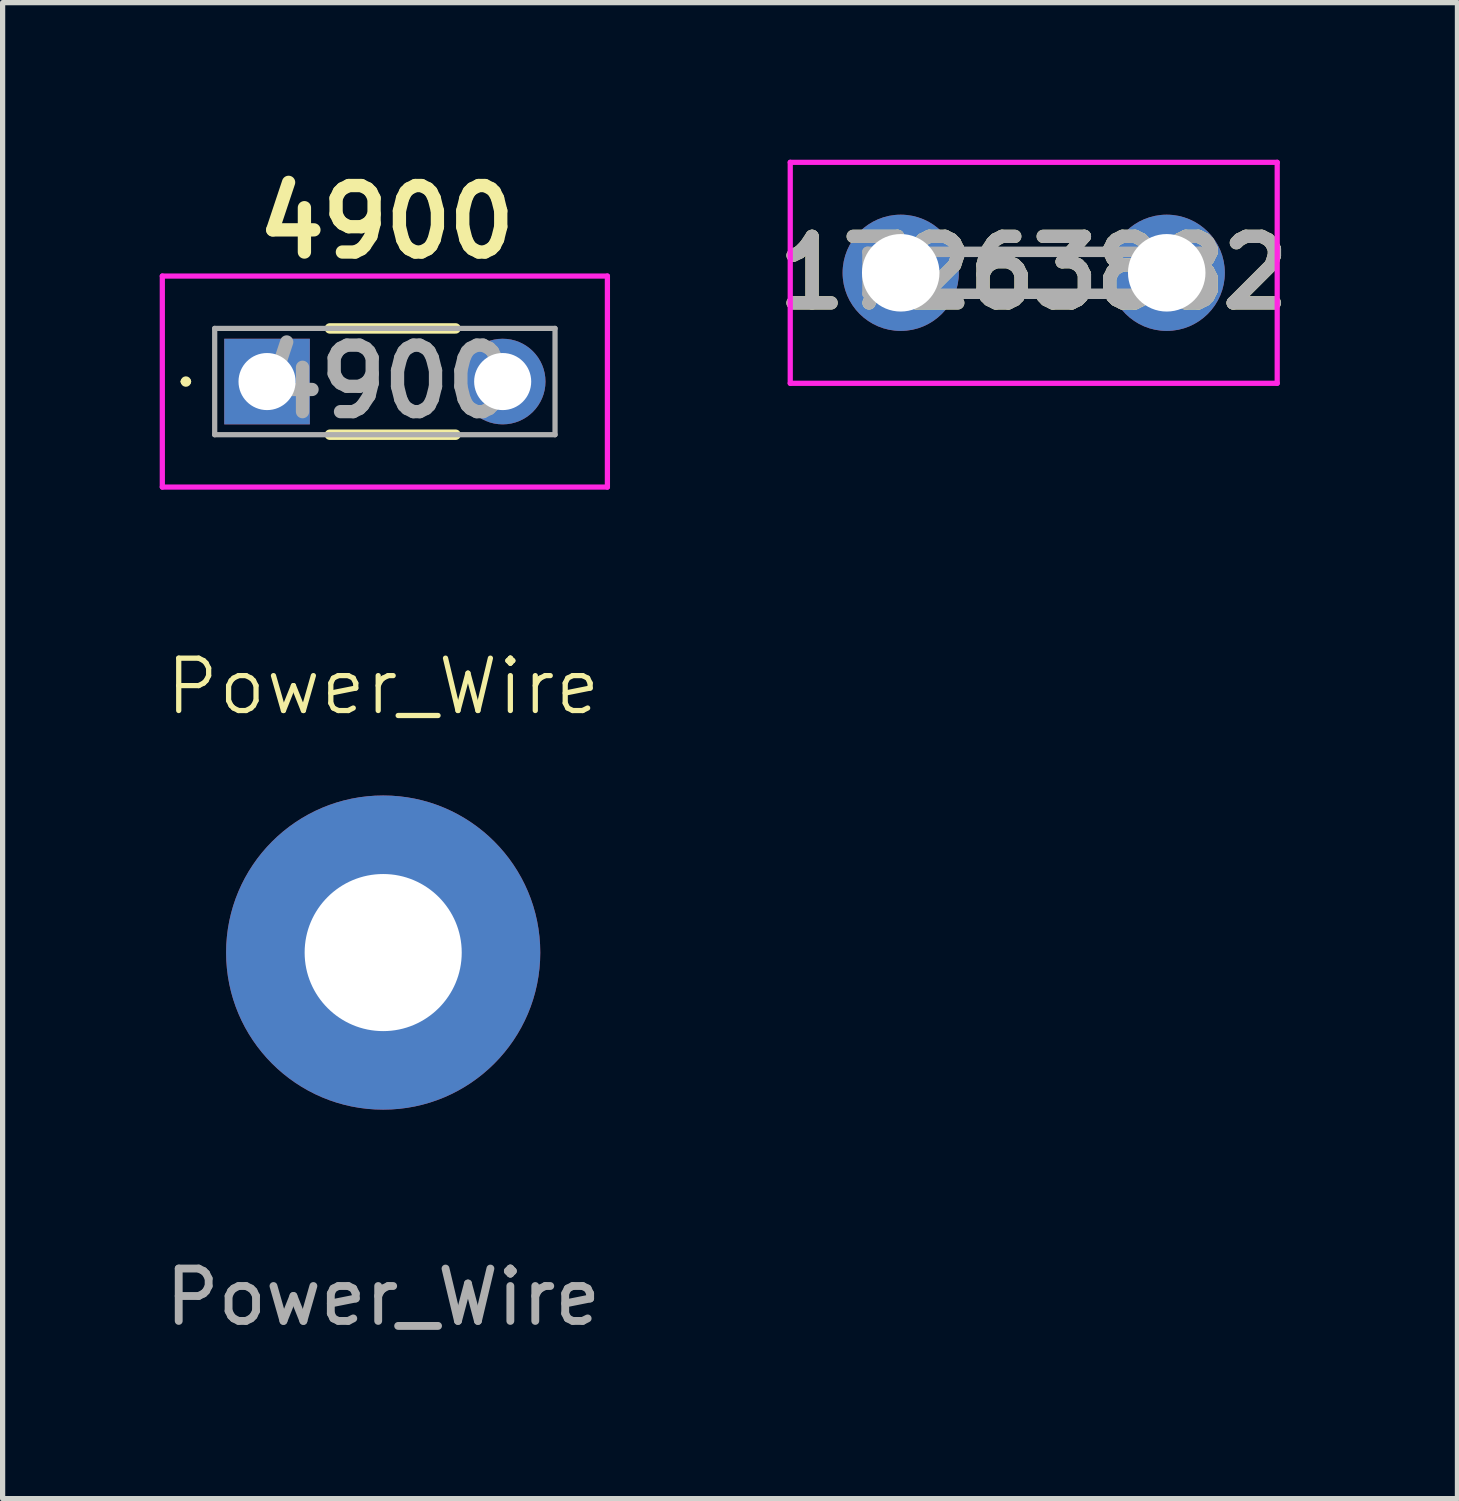
<source format=kicad_pcb>
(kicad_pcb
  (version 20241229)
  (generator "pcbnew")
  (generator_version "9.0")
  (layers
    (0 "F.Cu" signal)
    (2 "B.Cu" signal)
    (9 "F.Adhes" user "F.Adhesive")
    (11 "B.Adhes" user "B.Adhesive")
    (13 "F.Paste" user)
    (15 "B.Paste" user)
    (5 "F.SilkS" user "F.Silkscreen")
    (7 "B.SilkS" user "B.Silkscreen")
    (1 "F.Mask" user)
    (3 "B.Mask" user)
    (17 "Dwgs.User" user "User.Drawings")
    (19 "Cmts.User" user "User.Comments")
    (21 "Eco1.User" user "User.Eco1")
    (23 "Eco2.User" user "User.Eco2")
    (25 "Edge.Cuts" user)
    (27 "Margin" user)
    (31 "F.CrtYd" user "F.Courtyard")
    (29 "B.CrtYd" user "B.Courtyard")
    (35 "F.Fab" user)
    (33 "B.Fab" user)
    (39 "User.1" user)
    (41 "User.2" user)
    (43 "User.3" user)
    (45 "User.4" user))
  (footprint "4900"
    (layer "F.Cu")
    (at 2.05 4.237)
    (property "Reference" "4900" (at 2.286 -3.048 0) (layer "F.SilkS") (effects (font (size 1.27 1.27) (thickness 0.254))))
    (attr through_hole)
    (fp_line (start -1.6 0) (end -1.6 0) (stroke (width 0.1) (type solid)) (layer "F.SilkS"))
    (fp_line (start -1.5 0) (end -1.5 0) (stroke (width 0.1) (type solid)) (layer "F.SilkS"))
    (fp_line (start 1.2 -1.015) (end 3.6 -1.015) (stroke (width 0.2) (type solid)) (layer "F.SilkS"))
    (fp_line (start 1.2 1.015) (end 3.6 1.015) (stroke (width 0.2) (type solid)) (layer "F.SilkS"))
    (fp_arc (start -1.6 0) (mid -1.55 -0.05) (end -1.5 0) (stroke (width 0.1) (type solid)) (layer "F.SilkS"))
    (fp_arc (start -1.5 0) (mid -1.55 0.05) (end -1.6 0) (stroke (width 0.1) (type solid)) (layer "F.SilkS"))
    (fp_line (start -2 -2.015) (end 6.5 -2.015) (stroke (width 0.1) (type solid)) (layer "F.CrtYd"))
    (fp_line (start -2 2.015) (end -2 -2.015) (stroke (width 0.1) (type solid)) (layer "F.CrtYd"))
    (fp_line (start 6.5 -2.015) (end 6.5 2.015) (stroke (width 0.1) (type solid)) (layer "F.CrtYd"))
    (fp_line (start 6.5 2.015) (end -2 2.015) (stroke (width 0.1) (type solid)) (layer "F.CrtYd"))
    (fp_line (start -1 -1.015) (end 5.5 -1.015) (stroke (width 0.1) (type solid)) (layer "F.Fab"))
    (fp_line (start -1 1.015) (end -1 -1.015) (stroke (width 0.1) (type solid)) (layer "F.Fab"))
    (fp_line (start 5.5 -1.015) (end 5.5 1.015) (stroke (width 0.1) (type solid)) (layer "F.Fab"))
    (fp_line (start 5.5 1.015) (end -1 1.015) (stroke (width 0.1) (type solid)) (layer "F.Fab"))
    (fp_text user "${REFERENCE}" (at 2.25 0 0) (layer "F.Fab") (effects (font (size 1.27 1.27) (thickness 0.254))))
    (pad "1" thru_hole rect (at 0 0) (size 1.635 1.635) (drill 1.09) (layers "*.Cu" "*.Mask"))
    (pad "2" thru_hole circle (at 4.5 0) (size 1.635 1.635) (drill 1.09) (layers "*.Cu" "*.Mask")))
  (footprint "Power_Wire"
    (layer "F.Cu")
    (at 4.268 15.142)
    (property "Reference" "Power_Wire" (at 0 -5.08 0) (unlocked yes) (layer "F.SilkS") (effects (font (size 1 1) (thickness 0.1))))
    (attr through_hole)
    (fp_text user "${REFERENCE}" (at 0 6.58 0) (unlocked yes) (layer "F.Fab") (effects (font (size 1 1) (thickness 0.15))))
    (pad "1" thru_hole circle (at 0 0) (size 6 6) (drill 3) (layers "*.Cu" "*.Mask")))
  (footprint "17263882"
    (layer "F.Cu")
    (at 16.692 2.16)
    (property "Reference" "17263882" (at 0 0 0) (layer "F.SilkS") (effects (font (size 1.27 1.27) (thickness 0.254))))
    (attr through_hole)
    (fp_line (start -1 -0.4) (end 1 -0.4) (stroke (width 0.1) (type solid)) (layer "F.SilkS"))
    (fp_line (start -1 0.4) (end 1 0.4) (stroke (width 0.1) (type solid)) (layer "F.SilkS"))
    (fp_line (start -4.65 -2.11) (end 4.65 -2.11) (stroke (width 0.1) (type solid)) (layer "F.CrtYd"))
    (fp_line (start -4.65 2.11) (end -4.65 -2.11) (stroke (width 0.1) (type solid)) (layer "F.CrtYd"))
    (fp_line (start 4.65 -2.11) (end 4.65 2.11) (stroke (width 0.1) (type solid)) (layer "F.CrtYd"))
    (fp_line (start 4.65 2.11) (end -4.65 2.11) (stroke (width 0.1) (type solid)) (layer "F.CrtYd"))
    (fp_line (start -3.175 -0.4) (end 3.175 -0.4) (stroke (width 0.2) (type solid)) (layer "F.Fab"))
    (fp_line (start -3.175 0.4) (end -3.175 -0.4) (stroke (width 0.2) (type solid)) (layer "F.Fab"))
    (fp_line (start 3.175 -0.4) (end 3.175 0.4) (stroke (width 0.2) (type solid)) (layer "F.Fab"))
    (fp_line (start 3.175 0.4) (end -3.175 0.4) (stroke (width 0.2) (type solid)) (layer "F.Fab"))
    (fp_text user "${REFERENCE}" (at 0 0 0) (layer "F.Fab") (effects (font (size 1.27 1.27) (thickness 0.254))))
    (pad "1" thru_hole circle (at -2.54 0) (size 2.22 2.22) (drill 1.48) (layers "*.Cu" "*.Mask"))
    (pad "2" thru_hole circle (at 2.54 0) (size 2.22 2.22) (drill 1.48) (layers "*.Cu" "*.Mask")))
  (gr_rect
    (start -3 -3)
    (end 24.784 25.57)
    (stroke (width 0.1) (type default))
    (fill no)
    (layer "Edge.Cuts")))
</source>
